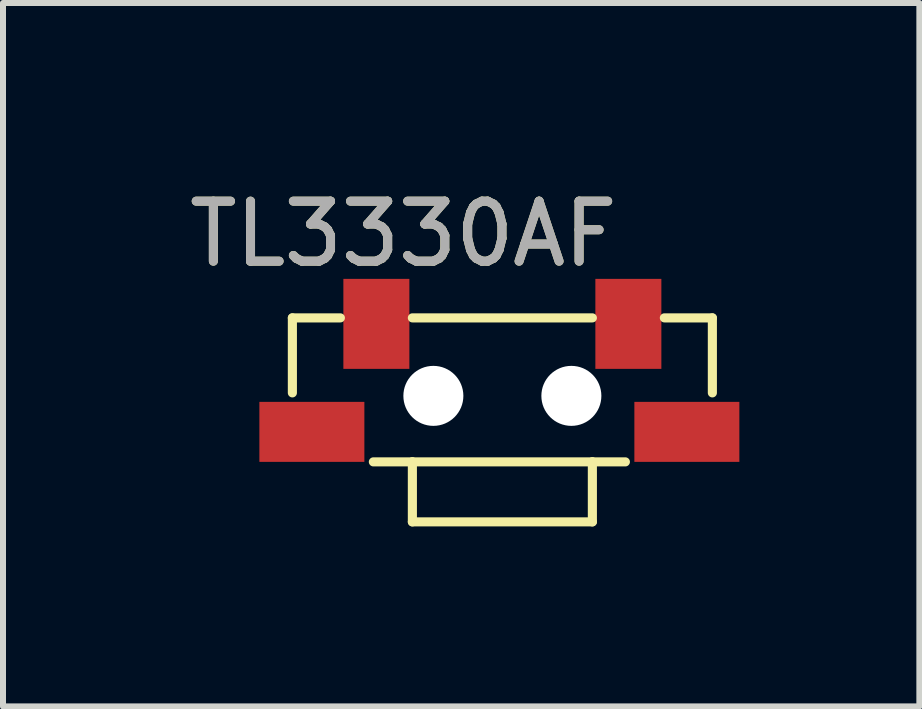
<source format=kicad_pcb>
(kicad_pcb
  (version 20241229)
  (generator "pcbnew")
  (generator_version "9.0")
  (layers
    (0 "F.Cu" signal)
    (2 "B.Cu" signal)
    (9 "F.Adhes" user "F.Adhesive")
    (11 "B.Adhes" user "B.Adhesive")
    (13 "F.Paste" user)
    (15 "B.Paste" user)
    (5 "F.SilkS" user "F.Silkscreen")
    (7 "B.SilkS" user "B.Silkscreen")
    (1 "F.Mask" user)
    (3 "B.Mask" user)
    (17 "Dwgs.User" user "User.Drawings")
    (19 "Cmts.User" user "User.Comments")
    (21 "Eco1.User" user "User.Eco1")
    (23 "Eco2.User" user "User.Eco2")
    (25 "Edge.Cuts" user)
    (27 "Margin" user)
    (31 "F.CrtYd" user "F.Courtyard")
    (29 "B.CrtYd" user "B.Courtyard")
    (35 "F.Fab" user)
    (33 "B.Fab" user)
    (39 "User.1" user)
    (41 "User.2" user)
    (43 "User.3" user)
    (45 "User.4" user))
  (footprint "TL3330AF"
    (layer "F.Cu")
    (at 5.323 3.548)
    (property "Reference" "TL3330AF" (at -1.65 -2.7 0) (unlocked yes) (layer "F.SilkS") (effects (font (size 1 1) (thickness 0.15))))
    (attr smd)
    (fp_line (start -3.5 -1.3) (end -2.7 -1.3) (stroke (width 0.152) (type solid)) (layer "F.SilkS"))
    (fp_line (start -3.5 -0.05) (end -3.5 -1.3) (stroke (width 0.152) (type solid)) (layer "F.SilkS"))
    (fp_line (start -2.15 1.1) (end -1.5 1.1) (stroke (width 0.152) (type solid)) (layer "F.SilkS"))
    (fp_line (start -1.5 -1.3) (end 1.5 -1.3) (stroke (width 0.152) (type solid)) (layer "F.SilkS"))
    (fp_line (start -1.5 1.1) (end -1.5 2.1) (stroke (width 0.152) (type solid)) (layer "F.SilkS"))
    (fp_line (start -1.5 1.1) (end 1.5 1.1) (stroke (width 0.152) (type solid)) (layer "F.SilkS"))
    (fp_line (start -1.5 2.1) (end 1.5 2.1) (stroke (width 0.152) (type solid)) (layer "F.SilkS"))
    (fp_line (start 1.5 1.1) (end 2.05 1.1) (stroke (width 0.152) (type solid)) (layer "F.SilkS"))
    (fp_line (start 1.5 2.1) (end 1.5 1.1) (stroke (width 0.152) (type solid)) (layer "F.SilkS"))
    (fp_line (start 2.7 -1.3) (end 3.5 -1.3) (stroke (width 0.152) (type solid)) (layer "F.SilkS"))
    (fp_line (start 3.5 -1.3) (end 3.5 -0.05) (stroke (width 0.152) (type solid)) (layer "F.SilkS"))
    (fp_text user "${REFERENCE}" (at -1.65 -2.7 0) (unlocked yes) (layer "F.Fab") (effects (font (size 1 1) (thickness 0.15))))
    (pad "" smd rect (at -3.175 0.6 180) (size 1.75 1) (layers "F.Cu" "F.Mask" "F.Paste"))
    (pad "" np_thru_hole circle (at -1.15 0) (size 1 1) (drill 1) (layers "*.Cu" "*.Mask"))
    (pad "" np_thru_hole circle (at 1.15 0) (size 1 1) (drill 1) (layers "*.Cu" "*.Mask"))
    (pad "" smd rect (at 3.075 0.6 180) (size 1.75 1) (layers "F.Cu" "F.Mask" "F.Paste"))
    (pad "1" smd rect (at -2.1 -1.2 90) (size 1.5 1.1) (layers "F.Cu" "F.Mask" "F.Paste"))
    (pad "2" smd rect (at 2.1 -1.2 90) (size 1.5 1.1) (layers "F.Cu" "F.Mask" "F.Paste")))
  (gr_rect
    (start -3 -3)
    (end 12.273 8.724)
    (stroke (width 0.1) (type default))
    (fill no)
    (layer "Edge.Cuts")))
</source>
